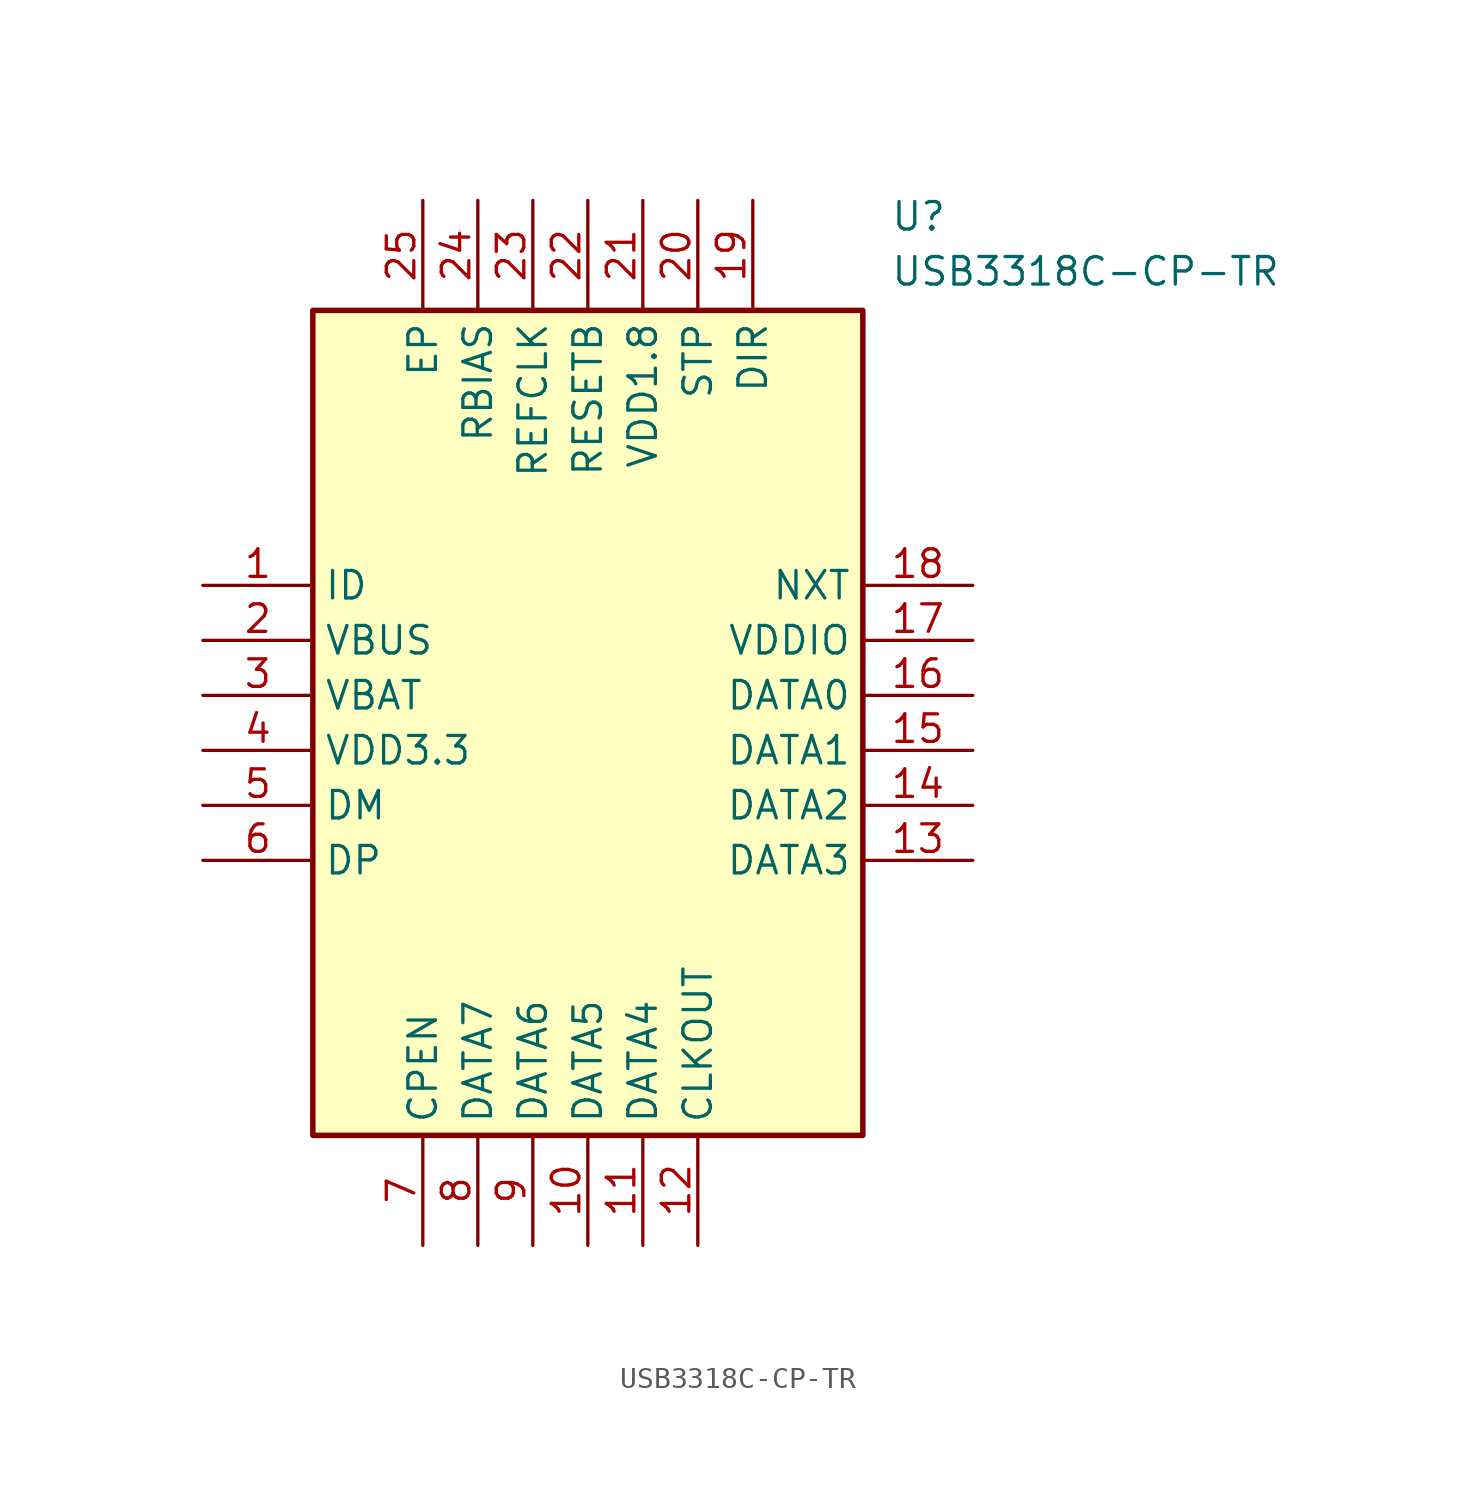
<source format=kicad_sym>
(kicad_symbol_lib
  (version 20231120)
  (generator "kicad_symbol_editor")
  (generator_version "8.0")
  (symbol "USB3318C-CP-TR"
    (property "Reference" "U"
      (at 31.75 17.78 0)
      (effects (font (size 1.27 1.27)) (justify left top)))
    (property "Value" "USB3318C-CP-TR"
      (at 31.75 15.24 0)
      (effects (font (size 1.27 1.27)) (justify left top)))
    (symbol "USB3318C-CP-TR_1_1"
      (rectangle (start 5.08 12.7) (end 30.48 -25.4) (stroke (width 0.254) (type default)) (fill (type background)))
      (pin passive line (at 0 0 0) (length 5.08) (name "ID" (effects (font (size 1.27 1.27)))) (number "1" (effects (font (size 1.27 1.27)))))
      (pin passive line (at 17.78 -30.48 90) (length 5.08) (name "DATA5" (effects (font (size 1.27 1.27)))) (number "10" (effects (font (size 1.27 1.27)))))
      (pin passive line (at 20.32 -30.48 90) (length 5.08) (name "DATA4" (effects (font (size 1.27 1.27)))) (number "11" (effects (font (size 1.27 1.27)))))
      (pin passive line (at 22.86 -30.48 90) (length 5.08) (name "CLKOUT" (effects (font (size 1.27 1.27)))) (number "12" (effects (font (size 1.27 1.27)))))
      (pin passive line (at 35.56 -12.7 180) (length 5.08) (name "DATA3" (effects (font (size 1.27 1.27)))) (number "13" (effects (font (size 1.27 1.27)))))
      (pin passive line (at 35.56 -10.16 180) (length 5.08) (name "DATA2" (effects (font (size 1.27 1.27)))) (number "14" (effects (font (size 1.27 1.27)))))
      (pin passive line (at 35.56 -7.62 180) (length 5.08) (name "DATA1" (effects (font (size 1.27 1.27)))) (number "15" (effects (font (size 1.27 1.27)))))
      (pin passive line (at 35.56 -5.08 180) (length 5.08) (name "DATA0" (effects (font (size 1.27 1.27)))) (number "16" (effects (font (size 1.27 1.27)))))
      (pin passive line (at 35.56 -2.54 180) (length 5.08) (name "VDDIO" (effects (font (size 1.27 1.27)))) (number "17" (effects (font (size 1.27 1.27)))))
      (pin passive line (at 35.56 0 180) (length 5.08) (name "NXT" (effects (font (size 1.27 1.27)))) (number "18" (effects (font (size 1.27 1.27)))))
      (pin passive line (at 25.4 17.78 270) (length 5.08) (name "DIR" (effects (font (size 1.27 1.27)))) (number "19" (effects (font (size 1.27 1.27)))))
      (pin passive line (at 0 -2.54 0) (length 5.08) (name "VBUS" (effects (font (size 1.27 1.27)))) (number "2" (effects (font (size 1.27 1.27)))))
      (pin passive line (at 22.86 17.78 270) (length 5.08) (name "STP" (effects (font (size 1.27 1.27)))) (number "20" (effects (font (size 1.27 1.27)))))
      (pin passive line (at 20.32 17.78 270) (length 5.08) (name "VDD1.8" (effects (font (size 1.27 1.27)))) (number "21" (effects (font (size 1.27 1.27)))))
      (pin passive line (at 17.78 17.78 270) (length 5.08) (name "RESETB" (effects (font (size 1.27 1.27)))) (number "22" (effects (font (size 1.27 1.27)))))
      (pin passive line (at 15.24 17.78 270) (length 5.08) (name "REFCLK" (effects (font (size 1.27 1.27)))) (number "23" (effects (font (size 1.27 1.27)))))
      (pin passive line (at 12.7 17.78 270) (length 5.08) (name "RBIAS" (effects (font (size 1.27 1.27)))) (number "24" (effects (font (size 1.27 1.27)))))
      (pin passive line (at 10.16 17.78 270) (length 5.08) (name "EP" (effects (font (size 1.27 1.27)))) (number "25" (effects (font (size 1.27 1.27)))))
      (pin passive line (at 0 -5.08 0) (length 5.08) (name "VBAT" (effects (font (size 1.27 1.27)))) (number "3" (effects (font (size 1.27 1.27)))))
      (pin passive line (at 0 -7.62 0) (length 5.08) (name "VDD3.3" (effects (font (size 1.27 1.27)))) (number "4" (effects (font (size 1.27 1.27)))))
      (pin passive line (at 0 -10.16 0) (length 5.08) (name "DM" (effects (font (size 1.27 1.27)))) (number "5" (effects (font (size 1.27 1.27)))))
      (pin passive line (at 0 -12.7 0) (length 5.08) (name "DP" (effects (font (size 1.27 1.27)))) (number "6" (effects (font (size 1.27 1.27)))))
      (pin passive line (at 10.16 -30.48 90) (length 5.08) (name "CPEN" (effects (font (size 1.27 1.27)))) (number "7" (effects (font (size 1.27 1.27)))))
      (pin passive line (at 12.7 -30.48 90) (length 5.08) (name "DATA7" (effects (font (size 1.27 1.27)))) (number "8" (effects (font (size 1.27 1.27)))))
      (pin passive line (at 15.24 -30.48 90) (length 5.08) (name "DATA6" (effects (font (size 1.27 1.27)))) (number "9" (effects (font (size 1.27 1.27))))))))
</source>
